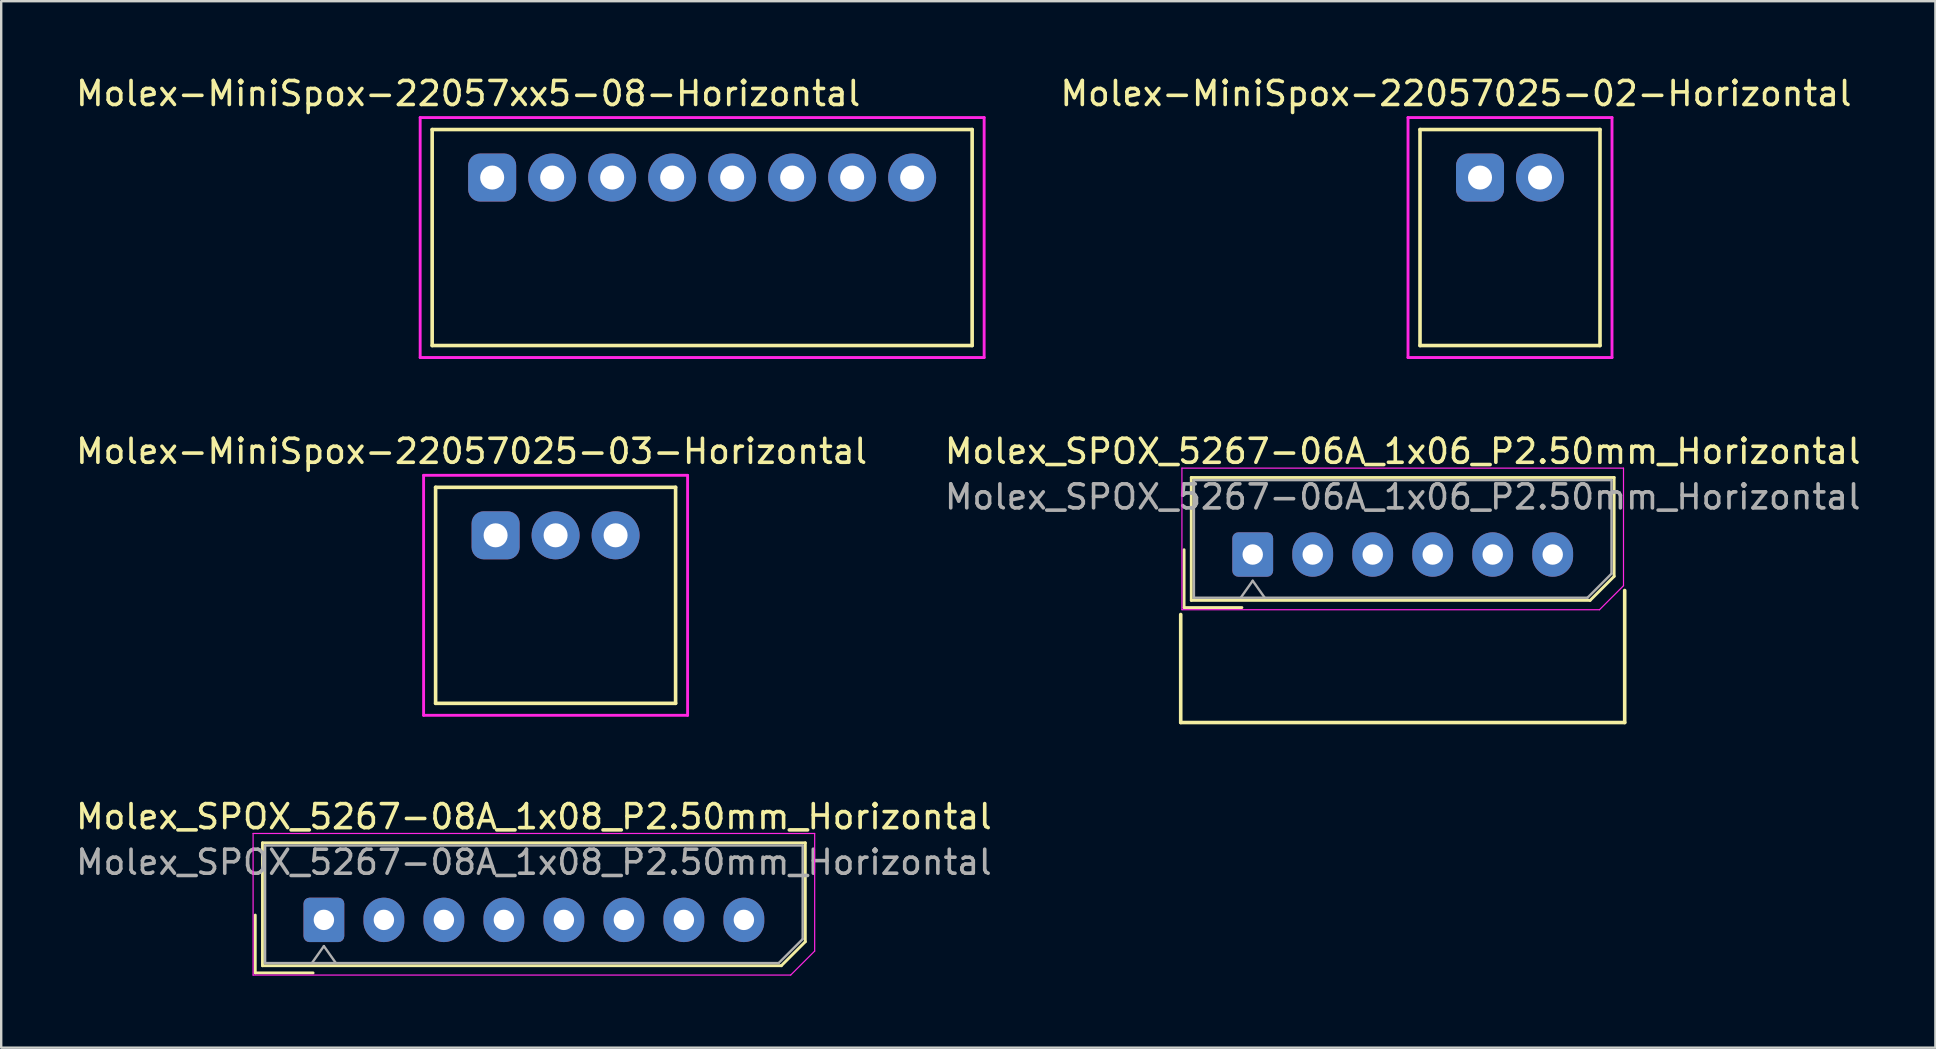
<source format=kicad_pcb>
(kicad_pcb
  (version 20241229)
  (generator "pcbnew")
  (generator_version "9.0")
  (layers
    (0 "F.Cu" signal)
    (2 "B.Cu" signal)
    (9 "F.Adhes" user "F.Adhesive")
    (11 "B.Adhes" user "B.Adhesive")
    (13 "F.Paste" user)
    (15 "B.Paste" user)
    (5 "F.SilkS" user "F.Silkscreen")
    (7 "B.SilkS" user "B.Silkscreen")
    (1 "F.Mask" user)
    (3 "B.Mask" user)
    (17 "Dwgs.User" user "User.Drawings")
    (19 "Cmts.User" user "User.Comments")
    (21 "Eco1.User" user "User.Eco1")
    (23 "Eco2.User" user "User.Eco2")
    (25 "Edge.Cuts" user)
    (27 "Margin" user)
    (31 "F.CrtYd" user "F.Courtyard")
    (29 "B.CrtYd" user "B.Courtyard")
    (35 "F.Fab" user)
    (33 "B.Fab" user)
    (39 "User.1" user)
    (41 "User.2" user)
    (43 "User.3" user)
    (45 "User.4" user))
  (footprint "Molex-MiniSpox-22057025-02-Horizontal"
    (layer "F.Cu")
    (at 58.62 4.348)
    (property "Reference" "Molex-MiniSpox-22057025-02-Horizontal" (at -1 -3.5 0) (layer "F.SilkS") (effects (font (size 1 1) (thickness 0.15))))
    (attr through_hole)
    (fp_line (start -2.5 -2) (end -2.5 7) (stroke (width 0.15) (type solid)) (layer "F.SilkS"))
    (fp_line (start -2.5 -2) (end 5 -2) (stroke (width 0.15) (type solid)) (layer "F.SilkS"))
    (fp_line (start -2.5 7) (end 5 7) (stroke (width 0.15) (type solid)) (layer "F.SilkS"))
    (fp_line (start 5 -2) (end 5 7) (stroke (width 0.15) (type solid)) (layer "F.SilkS"))
    (fp_line (start -3 -2.5) (end -3 7.5) (stroke (width 0.12) (type solid)) (layer "F.CrtYd"))
    (fp_line (start -3 7.5) (end 5.5 7.5) (stroke (width 0.12) (type solid)) (layer "F.CrtYd"))
    (fp_line (start 5.5 -2.5) (end -3 -2.5) (stroke (width 0.12) (type solid)) (layer "F.CrtYd"))
    (fp_line (start 5.5 7.5) (end 5.5 -2.5) (stroke (width 0.12) (type solid)) (layer "F.CrtYd"))
    (pad "1" thru_hole roundrect (at 0 0) (size 2 2) (drill 1) (layers "*.Cu" "*.Mask") (roundrect_rratio 0.25))
    (pad "2" thru_hole circle (at 2.5 0) (size 2 2) (drill 1) (layers "*.Cu" "*.Mask")))
  (footprint "Molex-MiniSpox-22057xx5-08-Horizontal"
    (layer "F.Cu")
    (at 17.458 4.348)
    (property "Reference" "Molex-MiniSpox-22057xx5-08-Horizontal" (at -1 -3.5 0) (layer "F.SilkS") (effects (font (size 1 1) (thickness 0.15))))
    (attr through_hole)
    (fp_line (start -2.5 -2) (end -2.5 7) (stroke (width 0.15) (type solid)) (layer "F.SilkS"))
    (fp_line (start -2.5 -2) (end 20 -2) (stroke (width 0.15) (type solid)) (layer "F.SilkS"))
    (fp_line (start -2.5 7) (end 20 7) (stroke (width 0.15) (type solid)) (layer "F.SilkS"))
    (fp_line (start 20 -2) (end 20 7) (stroke (width 0.15) (type solid)) (layer "F.SilkS"))
    (fp_line (start -3 -2.5) (end -3 7.5) (stroke (width 0.12) (type solid)) (layer "F.CrtYd"))
    (fp_line (start -3 -2.5) (end 20.5 -2.5) (stroke (width 0.12) (type solid)) (layer "F.CrtYd"))
    (fp_line (start 20.5 -2.5) (end 20.5 7.5) (stroke (width 0.12) (type solid)) (layer "F.CrtYd"))
    (fp_line (start 20.5 7.5) (end -3 7.5) (stroke (width 0.12) (type solid)) (layer "F.CrtYd"))
    (pad "1" thru_hole roundrect (at 0 0) (size 2 2) (drill 1) (layers "*.Cu" "*.Mask") (roundrect_rratio 0.25))
    (pad "2" thru_hole circle (at 2.5 0) (size 2 2) (drill 1) (layers "*.Cu" "*.Mask"))
    (pad "3" thru_hole circle (at 5 0) (size 2 2) (drill 1) (layers "*.Cu" "*.Mask"))
    (pad "4" thru_hole circle (at 7.5 0) (size 2 2) (drill 1) (layers "*.Cu" "*.Mask"))
    (pad "5" thru_hole circle (at 10 0) (size 2 2) (drill 1) (layers "*.Cu" "*.Mask"))
    (pad "6" thru_hole circle (at 12.5 0) (size 2 2) (drill 1) (layers "*.Cu" "*.Mask"))
    (pad "7" thru_hole circle (at 15 0) (size 2 2) (drill 1) (layers "*.Cu" "*.Mask"))
    (pad "8" thru_hole circle (at 17.5 0) (size 2 2) (drill 1) (layers "*.Cu" "*.Mask")))
  (footprint "Molex_SPOX_5267-06A_1x06_P2.50mm_Horizontal"
    (layer "F.Cu")
    (at 49.149 20.056)
    (property "Reference" "Molex_SPOX_5267-06A_1x06_P2.50mm_Horizontal" (at 6.25 -4.3 0) (layer "F.SilkS") (effects (font (size 1 1) (thickness 0.15))))
    (attr through_hole)
    (fp_line (start -3 2.5) (end -3 7) (stroke (width 0.15) (type solid)) (layer "F.SilkS"))
    (fp_line (start -2.86 -0.2) (end -2.86 2.21) (stroke (width 0.12) (type solid)) (layer "F.SilkS"))
    (fp_line (start -2.86 2.21) (end -0.45 2.21) (stroke (width 0.12) (type solid)) (layer "F.SilkS"))
    (fp_line (start -2.56 -3.21) (end -2.56 1.91) (stroke (width 0.12) (type solid)) (layer "F.SilkS"))
    (fp_line (start -2.56 1.91) (end 14.06 1.91) (stroke (width 0.12) (type solid)) (layer "F.SilkS"))
    (fp_line (start 14.06 1.91) (end 15.06 0.91) (stroke (width 0.12) (type solid)) (layer "F.SilkS"))
    (fp_line (start 15.06 -3.21) (end -2.56 -3.21) (stroke (width 0.12) (type solid)) (layer "F.SilkS"))
    (fp_line (start 15.06 0.91) (end 15.06 -3.21) (stroke (width 0.12) (type solid)) (layer "F.SilkS"))
    (fp_line (start 15.5 1.5) (end 15.5 7) (stroke (width 0.15) (type solid)) (layer "F.SilkS"))
    (fp_line (start 15.5 7) (end -3 7) (stroke (width 0.15) (type solid)) (layer "F.SilkS"))
    (fp_line (start -2.95 -3.6) (end -2.95 2.3) (stroke (width 0.05) (type solid)) (layer "F.CrtYd"))
    (fp_line (start -2.95 2.3) (end 14.45 2.3) (stroke (width 0.05) (type solid)) (layer "F.CrtYd"))
    (fp_line (start 14.45 2.3) (end 15.45 1.3) (stroke (width 0.05) (type solid)) (layer "F.CrtYd"))
    (fp_line (start 15.45 -3.6) (end -2.95 -3.6) (stroke (width 0.05) (type solid)) (layer "F.CrtYd"))
    (fp_line (start 15.45 1.3) (end 15.45 -3.6) (stroke (width 0.05) (type solid)) (layer "F.CrtYd"))
    (fp_line (start -2.45 -3.1) (end -2.45 1.8) (stroke (width 0.1) (type solid)) (layer "F.Fab"))
    (fp_line (start -2.45 1.8) (end 13.95 1.8) (stroke (width 0.1) (type solid)) (layer "F.Fab"))
    (fp_line (start -0.5 1.8) (end 0 1.093) (stroke (width 0.1) (type solid)) (layer "F.Fab"))
    (fp_line (start 0 1.093) (end 0.5 1.8) (stroke (width 0.1) (type solid)) (layer "F.Fab"))
    (fp_line (start 13.95 1.8) (end 14.95 0.8) (stroke (width 0.1) (type solid)) (layer "F.Fab"))
    (fp_line (start 14.95 -3.1) (end -2.45 -3.1) (stroke (width 0.1) (type solid)) (layer "F.Fab"))
    (fp_line (start 14.95 0.8) (end 14.95 -3.1) (stroke (width 0.1) (type solid)) (layer "F.Fab"))
    (fp_text user "${REFERENCE}" (at 6.25 -2.4 0) (layer "F.Fab") (effects (font (size 1 1) (thickness 0.15))))
    (pad "1" thru_hole roundrect (at 0 0) (size 1.7 1.85) (drill 0.85) (layers "*.Cu" "*.Mask") (roundrect_rratio 0.147))
    (pad "2" thru_hole oval (at 2.5 0) (size 1.7 1.85) (drill 0.85) (layers "*.Cu" "*.Mask"))
    (pad "3" thru_hole oval (at 5 0) (size 1.7 1.85) (drill 0.85) (layers "*.Cu" "*.Mask"))
    (pad "4" thru_hole oval (at 7.5 0) (size 1.7 1.85) (drill 0.85) (layers "*.Cu" "*.Mask"))
    (pad "5" thru_hole oval (at 10 0) (size 1.7 1.85) (drill 0.85) (layers "*.Cu" "*.Mask"))
    (pad "6" thru_hole oval (at 12.5 0) (size 1.7 1.85) (drill 0.85) (layers "*.Cu" "*.Mask")))
  (footprint "Molex_SPOX_5267-08A_1x08_P2.50mm_Horizontal"
    (layer "F.Cu")
    (at 10.446 35.28)
    (property "Reference" "Molex_SPOX_5267-08A_1x08_P2.50mm_Horizontal" (at 8.75 -4.3 0) (layer "F.SilkS") (effects (font (size 1 1) (thickness 0.15))))
    (attr through_hole)
    (fp_line (start -2.86 -0.2) (end -2.86 2.21) (stroke (width 0.12) (type solid)) (layer "F.SilkS"))
    (fp_line (start -2.86 2.21) (end -0.45 2.21) (stroke (width 0.12) (type solid)) (layer "F.SilkS"))
    (fp_line (start -2.56 -3.21) (end -2.56 1.91) (stroke (width 0.12) (type solid)) (layer "F.SilkS"))
    (fp_line (start -2.56 1.91) (end 19.06 1.91) (stroke (width 0.12) (type solid)) (layer "F.SilkS"))
    (fp_line (start 19.06 1.91) (end 20.06 0.91) (stroke (width 0.12) (type solid)) (layer "F.SilkS"))
    (fp_line (start 20.06 -3.21) (end -2.56 -3.21) (stroke (width 0.12) (type solid)) (layer "F.SilkS"))
    (fp_line (start 20.06 0.91) (end 20.06 -3.21) (stroke (width 0.12) (type solid)) (layer "F.SilkS"))
    (fp_line (start -2.95 -3.6) (end -2.95 2.3) (stroke (width 0.05) (type solid)) (layer "F.CrtYd"))
    (fp_line (start -2.95 2.3) (end 19.45 2.3) (stroke (width 0.05) (type solid)) (layer "F.CrtYd"))
    (fp_line (start 19.45 2.3) (end 20.45 1.3) (stroke (width 0.05) (type solid)) (layer "F.CrtYd"))
    (fp_line (start 20.45 -3.6) (end -2.95 -3.6) (stroke (width 0.05) (type solid)) (layer "F.CrtYd"))
    (fp_line (start 20.45 1.3) (end 20.45 -3.6) (stroke (width 0.05) (type solid)) (layer "F.CrtYd"))
    (fp_line (start -2.45 -3.1) (end -2.45 1.8) (stroke (width 0.1) (type solid)) (layer "F.Fab"))
    (fp_line (start -2.45 1.8) (end 18.95 1.8) (stroke (width 0.1) (type solid)) (layer "F.Fab"))
    (fp_line (start -0.5 1.8) (end 0 1.093) (stroke (width 0.1) (type solid)) (layer "F.Fab"))
    (fp_line (start 0 1.093) (end 0.5 1.8) (stroke (width 0.1) (type solid)) (layer "F.Fab"))
    (fp_line (start 18.95 1.8) (end 19.95 0.8) (stroke (width 0.1) (type solid)) (layer "F.Fab"))
    (fp_line (start 19.95 -3.1) (end -2.45 -3.1) (stroke (width 0.1) (type solid)) (layer "F.Fab"))
    (fp_line (start 19.95 0.8) (end 19.95 -3.1) (stroke (width 0.1) (type solid)) (layer "F.Fab"))
    (fp_text user "${REFERENCE}" (at 8.75 -2.4 0) (layer "F.Fab") (effects (font (size 1 1) (thickness 0.15))))
    (pad "1" thru_hole roundrect (at 0 0) (size 1.7 1.85) (drill 0.85) (layers "*.Cu" "*.Mask") (roundrect_rratio 0.147))
    (pad "2" thru_hole oval (at 2.5 0) (size 1.7 1.85) (drill 0.85) (layers "*.Cu" "*.Mask"))
    (pad "3" thru_hole oval (at 5 0) (size 1.7 1.85) (drill 0.85) (layers "*.Cu" "*.Mask"))
    (pad "4" thru_hole oval (at 7.5 0) (size 1.7 1.85) (drill 0.85) (layers "*.Cu" "*.Mask"))
    (pad "5" thru_hole oval (at 10 0) (size 1.7 1.85) (drill 0.85) (layers "*.Cu" "*.Mask"))
    (pad "6" thru_hole oval (at 12.5 0) (size 1.7 1.85) (drill 0.85) (layers "*.Cu" "*.Mask"))
    (pad "7" thru_hole oval (at 15 0) (size 1.7 1.85) (drill 0.85) (layers "*.Cu" "*.Mask"))
    (pad "8" thru_hole oval (at 17.5 0) (size 1.7 1.85) (drill 0.85) (layers "*.Cu" "*.Mask")))
  (footprint "Molex-MiniSpox-22057025-03-Horizontal"
    (layer "F.Cu")
    (at 17.601 19.256)
    (property "Reference" "Molex-MiniSpox-22057025-03-Horizontal" (at -1 -3.5 0) (layer "F.SilkS") (effects (font (size 1 1) (thickness 0.15))))
    (attr through_hole)
    (fp_line (start -2.5 -2) (end -2.5 7) (stroke (width 0.15) (type solid)) (layer "F.SilkS"))
    (fp_line (start -2.5 -2) (end 7.5 -2) (stroke (width 0.15) (type solid)) (layer "F.SilkS"))
    (fp_line (start -2.5 7) (end 7.5 7) (stroke (width 0.15) (type solid)) (layer "F.SilkS"))
    (fp_line (start 7.5 -2) (end 7.5 7) (stroke (width 0.15) (type solid)) (layer "F.SilkS"))
    (fp_line (start -3 -2.5) (end -3 7.5) (stroke (width 0.12) (type solid)) (layer "F.CrtYd"))
    (fp_line (start -3 7.5) (end 8 7.5) (stroke (width 0.12) (type solid)) (layer "F.CrtYd"))
    (fp_line (start 8 -2.5) (end -3 -2.5) (stroke (width 0.12) (type solid)) (layer "F.CrtYd"))
    (fp_line (start 8 7.5) (end 8 -2.5) (stroke (width 0.12) (type solid)) (layer "F.CrtYd"))
    (pad "1" thru_hole roundrect (at 0 0) (size 2 2) (drill 1) (layers "*.Cu" "*.Mask") (roundrect_rratio 0.25))
    (pad "2" thru_hole circle (at 2.5 0) (size 2 2) (drill 1) (layers "*.Cu" "*.Mask"))
    (pad "3" thru_hole circle (at 5 0) (size 2 2) (drill 1) (layers "*.Cu" "*.Mask")))
  (gr_rect
    (start -3 -3)
    (end 77.595 40.605)
    (stroke (width 0.1) (type default))
    (fill no)
    (layer "Edge.Cuts")))
</source>
